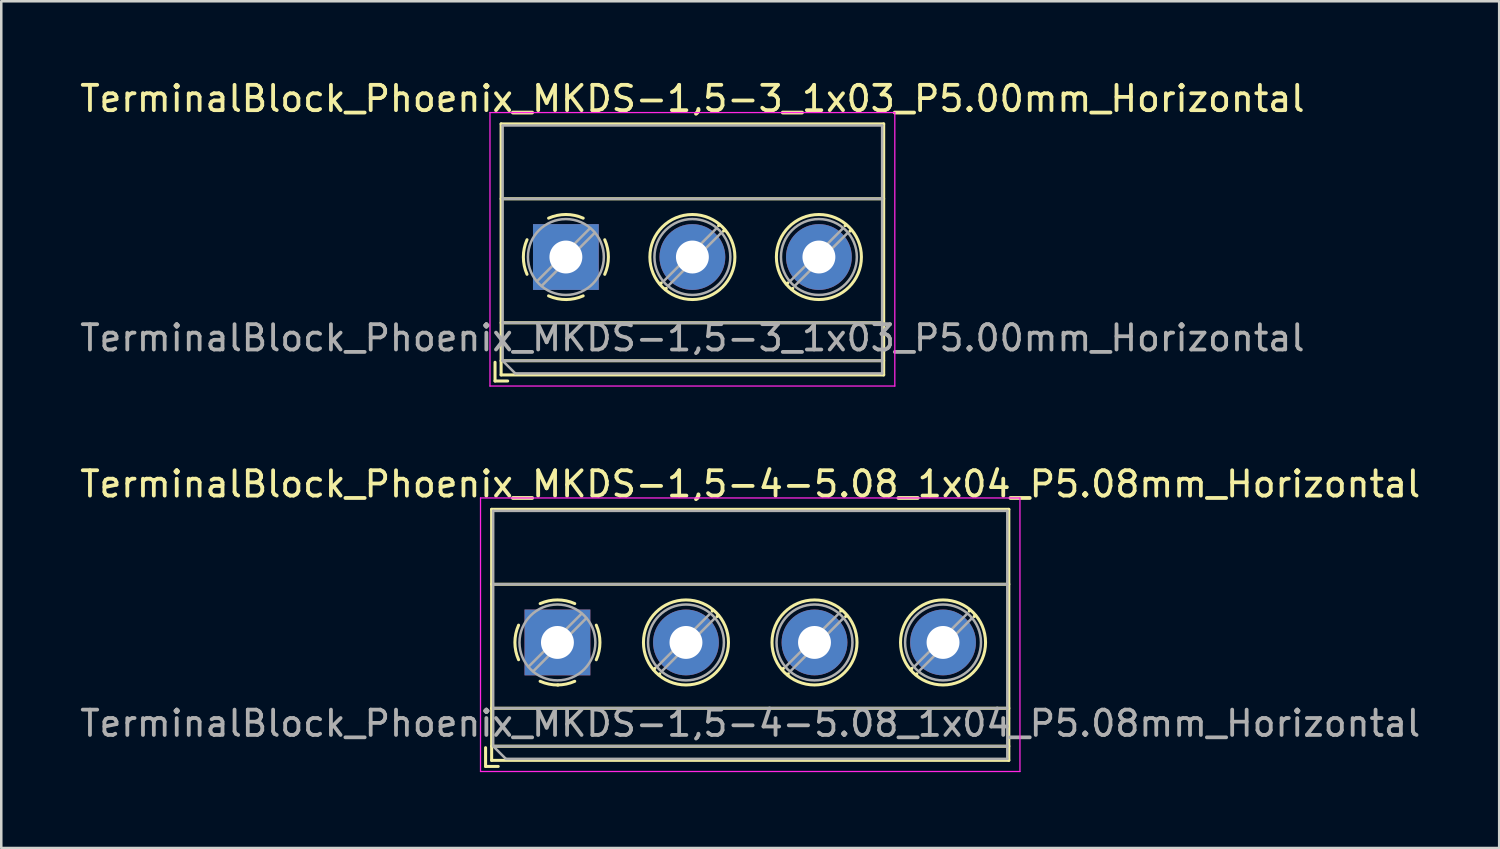
<source format=kicad_pcb>
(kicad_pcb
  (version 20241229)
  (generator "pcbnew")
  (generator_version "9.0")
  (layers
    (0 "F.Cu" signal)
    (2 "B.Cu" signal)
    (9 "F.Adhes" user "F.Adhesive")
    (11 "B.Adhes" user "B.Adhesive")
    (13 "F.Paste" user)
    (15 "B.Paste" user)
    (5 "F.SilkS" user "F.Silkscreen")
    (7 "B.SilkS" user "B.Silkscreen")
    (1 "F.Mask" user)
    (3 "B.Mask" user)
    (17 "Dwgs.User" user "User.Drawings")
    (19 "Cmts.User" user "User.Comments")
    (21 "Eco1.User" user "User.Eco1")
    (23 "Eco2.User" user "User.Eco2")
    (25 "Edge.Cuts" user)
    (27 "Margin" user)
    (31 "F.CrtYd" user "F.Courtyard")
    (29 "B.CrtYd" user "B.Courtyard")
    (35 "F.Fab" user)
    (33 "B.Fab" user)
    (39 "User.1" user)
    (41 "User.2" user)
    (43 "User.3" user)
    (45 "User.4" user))
  (footprint "TerminalBlock_Phoenix_MKDS-1,5-4-5.08_1x04_P5.08mm_Horizontal"
    (layer "F.Cu")
    (at 18.981 22.341)
    (property "Reference" "TerminalBlock_Phoenix_MKDS-1,5-4-5.08_1x04_P5.08mm_Horizontal" (at 7.62 -6.26 0) (layer "F.SilkS") (effects (font (size 1 1) (thickness 0.15))))
    (attr through_hole)
    (fp_line (start -2.84 4.16) (end -2.84 4.9) (stroke (width 0.12) (type solid)) (layer "F.SilkS"))
    (fp_line (start -2.84 4.9) (end -2.34 4.9) (stroke (width 0.12) (type solid)) (layer "F.SilkS"))
    (fp_line (start -2.6 -5.261) (end -2.6 4.66) (stroke (width 0.12) (type solid)) (layer "F.SilkS"))
    (fp_line (start -2.6 -5.261) (end 17.84 -5.261) (stroke (width 0.12) (type solid)) (layer "F.SilkS"))
    (fp_line (start -2.6 -2.301) (end 17.84 -2.301) (stroke (width 0.12) (type solid)) (layer "F.SilkS"))
    (fp_line (start -2.6 2.6) (end 17.84 2.6) (stroke (width 0.12) (type solid)) (layer "F.SilkS"))
    (fp_line (start -2.6 4.1) (end 17.84 4.1) (stroke (width 0.12) (type solid)) (layer "F.SilkS"))
    (fp_line (start -2.6 4.66) (end 17.84 4.66) (stroke (width 0.12) (type solid)) (layer "F.SilkS"))
    (fp_line (start 3.853 1.023) (end 3.806 1.069) (stroke (width 0.12) (type solid)) (layer "F.SilkS"))
    (fp_line (start 4.046 1.239) (end 4.011 1.274) (stroke (width 0.12) (type solid)) (layer "F.SilkS"))
    (fp_line (start 6.15 -1.275) (end 6.115 -1.239) (stroke (width 0.12) (type solid)) (layer "F.SilkS"))
    (fp_line (start 6.355 -1.069) (end 6.308 -1.023) (stroke (width 0.12) (type solid)) (layer "F.SilkS"))
    (fp_line (start 8.933 1.023) (end 8.886 1.069) (stroke (width 0.12) (type solid)) (layer "F.SilkS"))
    (fp_line (start 9.126 1.239) (end 9.091 1.274) (stroke (width 0.12) (type solid)) (layer "F.SilkS"))
    (fp_line (start 11.23 -1.275) (end 11.195 -1.239) (stroke (width 0.12) (type solid)) (layer "F.SilkS"))
    (fp_line (start 11.435 -1.069) (end 11.388 -1.023) (stroke (width 0.12) (type solid)) (layer "F.SilkS"))
    (fp_line (start 14.013 1.023) (end 13.966 1.069) (stroke (width 0.12) (type solid)) (layer "F.SilkS"))
    (fp_line (start 14.206 1.239) (end 14.171 1.274) (stroke (width 0.12) (type solid)) (layer "F.SilkS"))
    (fp_line (start 16.31 -1.275) (end 16.275 -1.239) (stroke (width 0.12) (type solid)) (layer "F.SilkS"))
    (fp_line (start 16.515 -1.069) (end 16.468 -1.023) (stroke (width 0.12) (type solid)) (layer "F.SilkS"))
    (fp_line (start 17.84 -5.261) (end 17.84 4.66) (stroke (width 0.12) (type solid)) (layer "F.SilkS"))
    (fp_arc (start -1.535427 0.683042) (mid -1.680501 -0.000524) (end -1.535 -0.684) (stroke (width 0.12) (type solid)) (layer "F.SilkS"))
    (fp_arc (start -0.683042 -1.535427) (mid 0.000524 -1.680501) (end 0.684 -1.535) (stroke (width 0.12) (type solid)) (layer "F.SilkS"))
    (fp_arc (start 0.028805 1.680253) (mid -0.335551 1.646659) (end -0.684 1.535) (stroke (width 0.12) (type solid)) (layer "F.SilkS"))
    (fp_arc (start 0.683318 1.534756) (mid 0.349292 1.643288) (end 0 1.68) (stroke (width 0.12) (type solid)) (layer "F.SilkS"))
    (fp_arc (start 1.535427 -0.683042) (mid 1.680501 0.000524) (end 1.535 0.684) (stroke (width 0.12) (type solid)) (layer "F.SilkS"))
    (fp_circle (center 5.08 0) (end 6.76 0) (stroke (width 0.12) (type solid)) (fill no) (layer "F.SilkS"))
    (fp_circle (center 10.16 0) (end 11.84 0) (stroke (width 0.12) (type solid)) (fill no) (layer "F.SilkS"))
    (fp_circle (center 15.24 0) (end 16.92 0) (stroke (width 0.12) (type solid)) (fill no) (layer "F.SilkS"))
    (fp_line (start -3.04 -5.71) (end -3.04 5.1) (stroke (width 0.05) (type solid)) (layer "F.CrtYd"))
    (fp_line (start -3.04 5.1) (end 18.28 5.1) (stroke (width 0.05) (type solid)) (layer "F.CrtYd"))
    (fp_line (start 18.28 -5.71) (end -3.04 -5.71) (stroke (width 0.05) (type solid)) (layer "F.CrtYd"))
    (fp_line (start 18.28 5.1) (end 18.28 -5.71) (stroke (width 0.05) (type solid)) (layer "F.CrtYd"))
    (fp_line (start -2.54 -5.2) (end 17.78 -5.2) (stroke (width 0.1) (type solid)) (layer "F.Fab"))
    (fp_line (start -2.54 -2.3) (end 17.78 -2.3) (stroke (width 0.1) (type solid)) (layer "F.Fab"))
    (fp_line (start -2.54 2.6) (end 17.78 2.6) (stroke (width 0.1) (type solid)) (layer "F.Fab"))
    (fp_line (start -2.54 4.1) (end -2.54 -5.2) (stroke (width 0.1) (type solid)) (layer "F.Fab"))
    (fp_line (start -2.54 4.1) (end 17.78 4.1) (stroke (width 0.1) (type solid)) (layer "F.Fab"))
    (fp_line (start -2.04 4.6) (end -2.54 4.1) (stroke (width 0.1) (type solid)) (layer "F.Fab"))
    (fp_line (start 0.955 -1.138) (end -1.138 0.955) (stroke (width 0.1) (type solid)) (layer "F.Fab"))
    (fp_line (start 1.138 -0.955) (end -0.955 1.138) (stroke (width 0.1) (type solid)) (layer "F.Fab"))
    (fp_line (start 6.035 -1.138) (end 3.943 0.955) (stroke (width 0.1) (type solid)) (layer "F.Fab"))
    (fp_line (start 6.218 -0.955) (end 4.126 1.138) (stroke (width 0.1) (type solid)) (layer "F.Fab"))
    (fp_line (start 11.115 -1.138) (end 9.023 0.955) (stroke (width 0.1) (type solid)) (layer "F.Fab"))
    (fp_line (start 11.298 -0.955) (end 9.206 1.138) (stroke (width 0.1) (type solid)) (layer "F.Fab"))
    (fp_line (start 16.195 -1.138) (end 14.103 0.955) (stroke (width 0.1) (type solid)) (layer "F.Fab"))
    (fp_line (start 16.378 -0.955) (end 14.286 1.138) (stroke (width 0.1) (type solid)) (layer "F.Fab"))
    (fp_line (start 17.78 -5.2) (end 17.78 4.6) (stroke (width 0.1) (type solid)) (layer "F.Fab"))
    (fp_line (start 17.78 4.6) (end -2.04 4.6) (stroke (width 0.1) (type solid)) (layer "F.Fab"))
    (fp_circle (center 0 0) (end 1.5 0) (stroke (width 0.1) (type solid)) (fill no) (layer "F.Fab"))
    (fp_circle (center 5.08 0) (end 6.58 0) (stroke (width 0.1) (type solid)) (fill no) (layer "F.Fab"))
    (fp_circle (center 10.16 0) (end 11.66 0) (stroke (width 0.1) (type solid)) (fill no) (layer "F.Fab"))
    (fp_circle (center 15.24 0) (end 16.74 0) (stroke (width 0.1) (type solid)) (fill no) (layer "F.Fab"))
    (fp_text user "${REFERENCE}" (at 7.62 3.2 0) (layer "F.Fab") (effects (font (size 1 1) (thickness 0.15))))
    (pad "1" thru_hole rect (at 0 0) (size 2.6 2.6) (drill 1.3) (layers "*.Cu" "*.Mask"))
    (pad "2" thru_hole circle (at 5.08 0) (size 2.6 2.6) (drill 1.3) (layers "*.Cu" "*.Mask"))
    (pad "3" thru_hole circle (at 10.16 0) (size 2.6 2.6) (drill 1.3) (layers "*.Cu" "*.Mask"))
    (pad "4" thru_hole circle (at 15.24 0) (size 2.6 2.6) (drill 1.3) (layers "*.Cu" "*.Mask")))
  (footprint "TerminalBlock_Phoenix_MKDS-1,5-3_1x03_P5.00mm_Horizontal"
    (layer "F.Cu")
    (at 19.315 7.108)
    (property "Reference" "TerminalBlock_Phoenix_MKDS-1,5-3_1x03_P5.00mm_Horizontal" (at 5 -6.26 0) (layer "F.SilkS") (effects (font (size 1 1) (thickness 0.15))))
    (attr through_hole)
    (fp_line (start -2.8 4.16) (end -2.8 4.9) (stroke (width 0.12) (type solid)) (layer "F.SilkS"))
    (fp_line (start -2.8 4.9) (end -2.3 4.9) (stroke (width 0.12) (type solid)) (layer "F.SilkS"))
    (fp_line (start -2.56 -5.261) (end -2.56 4.66) (stroke (width 0.12) (type solid)) (layer "F.SilkS"))
    (fp_line (start -2.56 -5.261) (end 12.56 -5.261) (stroke (width 0.12) (type solid)) (layer "F.SilkS"))
    (fp_line (start -2.56 -2.301) (end 12.56 -2.301) (stroke (width 0.12) (type solid)) (layer "F.SilkS"))
    (fp_line (start -2.56 2.6) (end 12.56 2.6) (stroke (width 0.12) (type solid)) (layer "F.SilkS"))
    (fp_line (start -2.56 4.1) (end 12.56 4.1) (stroke (width 0.12) (type solid)) (layer "F.SilkS"))
    (fp_line (start -2.56 4.66) (end 12.56 4.66) (stroke (width 0.12) (type solid)) (layer "F.SilkS"))
    (fp_line (start 3.773 1.023) (end 3.726 1.069) (stroke (width 0.12) (type solid)) (layer "F.SilkS"))
    (fp_line (start 3.966 1.239) (end 3.931 1.274) (stroke (width 0.12) (type solid)) (layer "F.SilkS"))
    (fp_line (start 6.07 -1.275) (end 6.035 -1.239) (stroke (width 0.12) (type solid)) (layer "F.SilkS"))
    (fp_line (start 6.275 -1.069) (end 6.228 -1.023) (stroke (width 0.12) (type solid)) (layer "F.SilkS"))
    (fp_line (start 8.773 1.023) (end 8.726 1.069) (stroke (width 0.12) (type solid)) (layer "F.SilkS"))
    (fp_line (start 8.966 1.239) (end 8.931 1.274) (stroke (width 0.12) (type solid)) (layer "F.SilkS"))
    (fp_line (start 11.07 -1.275) (end 11.035 -1.239) (stroke (width 0.12) (type solid)) (layer "F.SilkS"))
    (fp_line (start 11.275 -1.069) (end 11.228 -1.023) (stroke (width 0.12) (type solid)) (layer "F.SilkS"))
    (fp_line (start 12.56 -5.261) (end 12.56 4.66) (stroke (width 0.12) (type solid)) (layer "F.SilkS"))
    (fp_arc (start -1.535427 0.683042) (mid -1.680501 -0.000524) (end -1.535 -0.684) (stroke (width 0.12) (type solid)) (layer "F.SilkS"))
    (fp_arc (start -0.683042 -1.535427) (mid 0.000524 -1.680501) (end 0.684 -1.535) (stroke (width 0.12) (type solid)) (layer "F.SilkS"))
    (fp_arc (start 0.028805 1.680253) (mid -0.335551 1.646659) (end -0.684 1.535) (stroke (width 0.12) (type solid)) (layer "F.SilkS"))
    (fp_arc (start 0.683318 1.534756) (mid 0.349292 1.643288) (end 0 1.68) (stroke (width 0.12) (type solid)) (layer "F.SilkS"))
    (fp_arc (start 1.535427 -0.683042) (mid 1.680501 0.000524) (end 1.535 0.684) (stroke (width 0.12) (type solid)) (layer "F.SilkS"))
    (fp_circle (center 5 0) (end 6.68 0) (stroke (width 0.12) (type solid)) (fill no) (layer "F.SilkS"))
    (fp_circle (center 10 0) (end 11.68 0) (stroke (width 0.12) (type solid)) (fill no) (layer "F.SilkS"))
    (fp_line (start -3 -5.71) (end -3 5.1) (stroke (width 0.05) (type solid)) (layer "F.CrtYd"))
    (fp_line (start -3 5.1) (end 13 5.1) (stroke (width 0.05) (type solid)) (layer "F.CrtYd"))
    (fp_line (start 13 -5.71) (end -3 -5.71) (stroke (width 0.05) (type solid)) (layer "F.CrtYd"))
    (fp_line (start 13 5.1) (end 13 -5.71) (stroke (width 0.05) (type solid)) (layer "F.CrtYd"))
    (fp_line (start -2.5 -5.2) (end 12.5 -5.2) (stroke (width 0.1) (type solid)) (layer "F.Fab"))
    (fp_line (start -2.5 -2.3) (end 12.5 -2.3) (stroke (width 0.1) (type solid)) (layer "F.Fab"))
    (fp_line (start -2.5 2.6) (end 12.5 2.6) (stroke (width 0.1) (type solid)) (layer "F.Fab"))
    (fp_line (start -2.5 4.1) (end -2.5 -5.2) (stroke (width 0.1) (type solid)) (layer "F.Fab"))
    (fp_line (start -2.5 4.1) (end 12.5 4.1) (stroke (width 0.1) (type solid)) (layer "F.Fab"))
    (fp_line (start -2 4.6) (end -2.5 4.1) (stroke (width 0.1) (type solid)) (layer "F.Fab"))
    (fp_line (start 0.955 -1.138) (end -1.138 0.955) (stroke (width 0.1) (type solid)) (layer "F.Fab"))
    (fp_line (start 1.138 -0.955) (end -0.955 1.138) (stroke (width 0.1) (type solid)) (layer "F.Fab"))
    (fp_line (start 5.955 -1.138) (end 3.863 0.955) (stroke (width 0.1) (type solid)) (layer "F.Fab"))
    (fp_line (start 6.138 -0.955) (end 4.046 1.138) (stroke (width 0.1) (type solid)) (layer "F.Fab"))
    (fp_line (start 10.955 -1.138) (end 8.863 0.955) (stroke (width 0.1) (type solid)) (layer "F.Fab"))
    (fp_line (start 11.138 -0.955) (end 9.046 1.138) (stroke (width 0.1) (type solid)) (layer "F.Fab"))
    (fp_line (start 12.5 -5.2) (end 12.5 4.6) (stroke (width 0.1) (type solid)) (layer "F.Fab"))
    (fp_line (start 12.5 4.6) (end -2 4.6) (stroke (width 0.1) (type solid)) (layer "F.Fab"))
    (fp_circle (center 0 0) (end 1.5 0) (stroke (width 0.1) (type solid)) (fill no) (layer "F.Fab"))
    (fp_circle (center 5 0) (end 6.5 0) (stroke (width 0.1) (type solid)) (fill no) (layer "F.Fab"))
    (fp_circle (center 10 0) (end 11.5 0) (stroke (width 0.1) (type solid)) (fill no) (layer "F.Fab"))
    (fp_text user "${REFERENCE}" (at 5 3.2 0) (layer "F.Fab") (effects (font (size 1 1) (thickness 0.15))))
    (pad "1" thru_hole rect (at 0 0) (size 2.6 2.6) (drill 1.3) (layers "*.Cu" "*.Mask"))
    (pad "2" thru_hole circle (at 5 0) (size 2.6 2.6) (drill 1.3) (layers "*.Cu" "*.Mask"))
    (pad "3" thru_hole circle (at 10 0) (size 2.6 2.6) (drill 1.3) (layers "*.Cu" "*.Mask")))
  (gr_rect
    (start -3 -3)
    (end 56.202 30.466)
    (stroke (width 0.1) (type default))
    (fill no)
    (layer "Edge.Cuts")))
</source>
